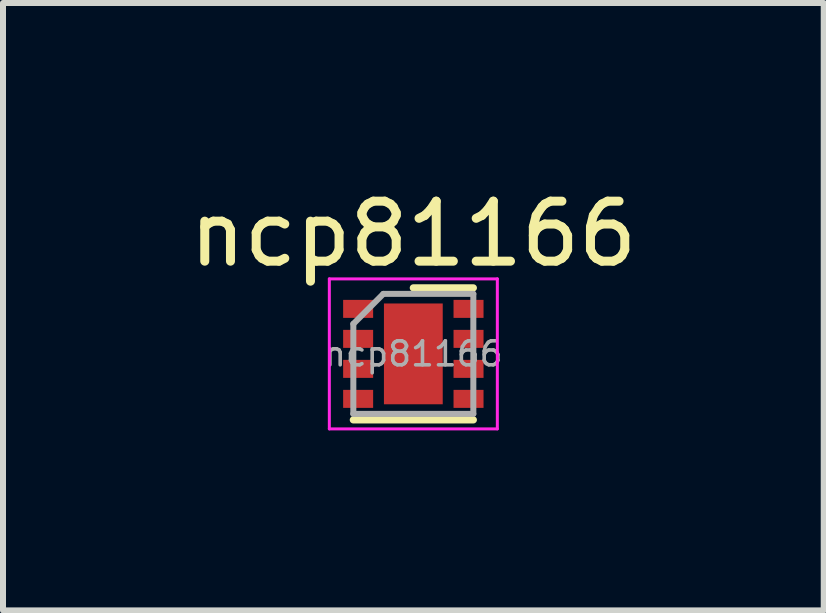
<source format=kicad_pcb>
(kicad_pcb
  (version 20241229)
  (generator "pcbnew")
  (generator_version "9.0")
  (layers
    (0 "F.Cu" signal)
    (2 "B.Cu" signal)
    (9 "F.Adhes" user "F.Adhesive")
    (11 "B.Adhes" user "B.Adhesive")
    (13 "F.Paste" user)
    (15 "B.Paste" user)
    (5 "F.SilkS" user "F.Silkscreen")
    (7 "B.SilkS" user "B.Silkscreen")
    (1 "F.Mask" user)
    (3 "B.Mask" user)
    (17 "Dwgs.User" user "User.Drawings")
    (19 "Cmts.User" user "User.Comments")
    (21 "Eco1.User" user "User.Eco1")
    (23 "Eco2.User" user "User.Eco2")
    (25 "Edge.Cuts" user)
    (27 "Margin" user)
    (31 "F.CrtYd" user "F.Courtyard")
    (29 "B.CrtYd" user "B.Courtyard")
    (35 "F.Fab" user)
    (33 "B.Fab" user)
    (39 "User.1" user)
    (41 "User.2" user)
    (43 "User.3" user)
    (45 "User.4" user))
  (footprint "ncp81166"
    (layer "F.Cu")
    (at 3.839 2.848)
    (property "Reference" "ncp81166" (at 0 -2 0) (layer "F.SilkS") (effects (font (size 1 1) (thickness 0.15))))
    (attr smd)
    (fp_line (start -1 1.1) (end 1 1.1) (stroke (width 0.12) (type solid)) (layer "F.SilkS"))
    (fp_line (start 0 -1.1) (end 1 -1.1) (stroke (width 0.12) (type solid)) (layer "F.SilkS"))
    (fp_line (start -1.4 -1.25) (end -1.4 1.25) (stroke (width 0.05) (type solid)) (layer "F.CrtYd"))
    (fp_line (start -1.4 -1.25) (end 1.4 -1.25) (stroke (width 0.05) (type solid)) (layer "F.CrtYd"))
    (fp_line (start -1.4 1.25) (end 1.4 1.25) (stroke (width 0.05) (type solid)) (layer "F.CrtYd"))
    (fp_line (start 1.4 -1.25) (end 1.4 1.25) (stroke (width 0.05) (type solid)) (layer "F.CrtYd"))
    (fp_line (start -1 -0.5) (end -0.5 -1) (stroke (width 0.1) (type solid)) (layer "F.Fab"))
    (fp_line (start -1 1) (end -1 -0.5) (stroke (width 0.1) (type solid)) (layer "F.Fab"))
    (fp_line (start -0.5 -1) (end 1 -1) (stroke (width 0.1) (type solid)) (layer "F.Fab"))
    (fp_line (start 1 -1) (end 1 1) (stroke (width 0.1) (type solid)) (layer "F.Fab"))
    (fp_line (start 1 1) (end -1 1) (stroke (width 0.1) (type solid)) (layer "F.Fab"))
    (fp_text user "${REFERENCE}" (at 0 0 0) (layer "F.Fab") (effects (font (size 0.4 0.4) (thickness 0.06))))
    (pad "" smd rect (at 0 -0.438) (size 0.85 0.65) (layers "F.Paste"))
    (pad "" smd rect (at 0 0.438) (size 0.85 0.65) (layers "F.Paste"))
    (pad "1" smd rect (at -0.92 -0.75) (size 0.5 0.3) (layers "F.Cu" "F.Mask" "F.Paste"))
    (pad "2" smd rect (at -0.92 -0.25) (size 0.5 0.3) (layers "F.Cu" "F.Mask" "F.Paste"))
    (pad "3" smd rect (at -0.92 0.25) (size 0.5 0.3) (layers "F.Cu" "F.Mask" "F.Paste"))
    (pad "4" smd rect (at -0.92 0.75) (size 0.5 0.3) (layers "F.Cu" "F.Mask" "F.Paste"))
    (pad "5" smd rect (at 0.92 0.75) (size 0.5 0.3) (layers "F.Cu" "F.Mask" "F.Paste"))
    (pad "6" smd rect (at 0.92 0.25) (size 0.5 0.3) (layers "F.Cu" "F.Mask" "F.Paste"))
    (pad "7" smd rect (at 0.92 -0.25) (size 0.5 0.3) (layers "F.Cu" "F.Mask" "F.Paste"))
    (pad "8" smd rect (at 0.92 -0.75) (size 0.5 0.3) (layers "F.Cu" "F.Mask" "F.Paste"))
    (pad "9" smd rect (at 0 0) (size 0.98 1.68) (layers "F.Cu" "F.Mask")))
  (gr_rect
    (start -3 -3)
    (end 10.679 7.123)
    (stroke (width 0.1) (type default))
    (fill no)
    (layer "Edge.Cuts")))
</source>
